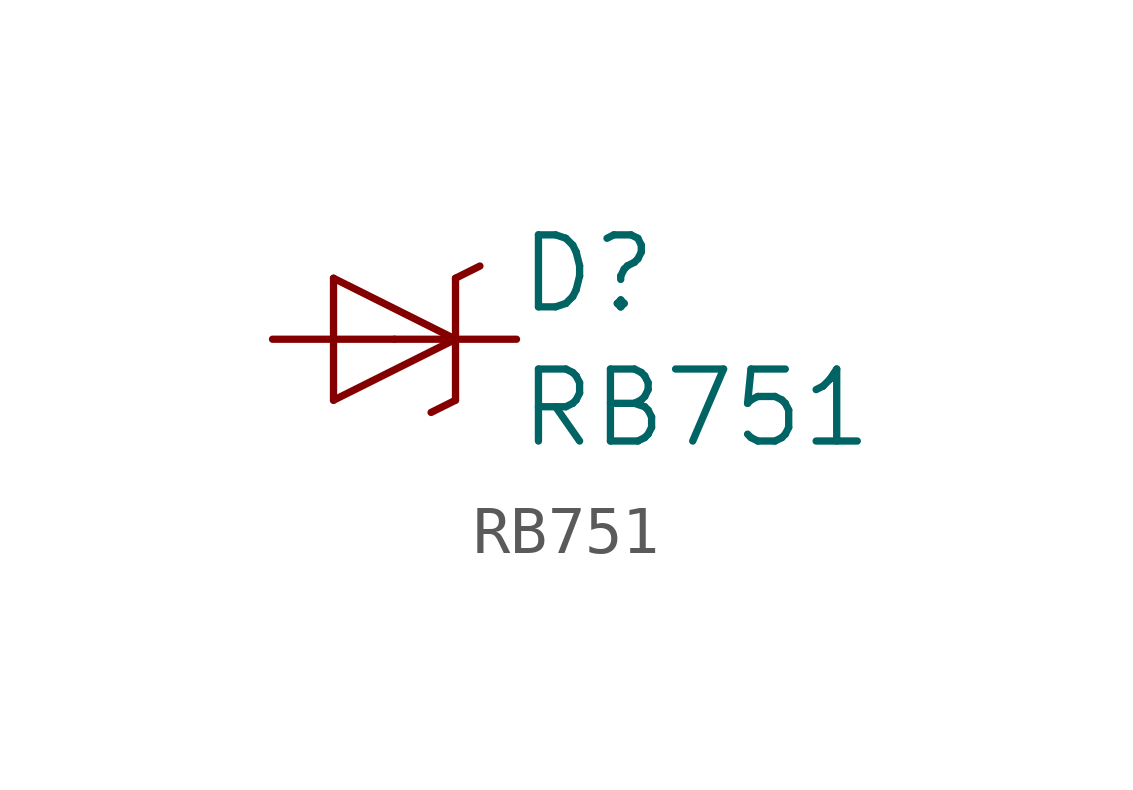
<source format=kicad_sym>
(kicad_symbol_lib
  (version 20211014)
  (generator kicad_symbol_editor)
  (symbol "RB751"
    (pin_names
      (offset 1.016))
    (property "Reference" "D"
      (at 2.54 0.483 0)
      (effects (font (size 1.499 1.499)) (justify left bottom)))
    (property "Value" "RB751"
      (at 2.54 -2.311 0)
      (effects (font (size 1.499 1.499)) (justify left bottom)))
    (property "ki_locked" ""
      (at 0 0 0)
      (effects (font (size 1.27 1.27))))
    (symbol "RB751_1_0"
      (polyline (pts (xy -1.27 -1.27) (xy 1.27 0)) (stroke (width 0) (type default) (color 0 0 0 0)) (fill (type none)))
      (polyline (pts (xy -1.27 1.27) (xy -1.27 -1.27)) (stroke (width 0) (type default) (color 0 0 0 0)) (fill (type none)))
      (polyline (pts (xy 1.27 -1.27) (xy 0.762 -1.524)) (stroke (width 0) (type default) (color 0 0 0 0)) (fill (type none)))
      (polyline (pts (xy 1.27 0) (xy -1.27 1.27)) (stroke (width 0) (type default) (color 0 0 0 0)) (fill (type none)))
      (polyline (pts (xy 1.27 0) (xy 1.27 -1.27)) (stroke (width 0) (type default) (color 0 0 0 0)) (fill (type none)))
      (polyline (pts (xy 1.27 1.27) (xy 1.27 0)) (stroke (width 0) (type default) (color 0 0 0 0)) (fill (type none)))
      (polyline (pts (xy 1.27 1.27) (xy 1.778 1.524)) (stroke (width 0) (type default) (color 0 0 0 0)) (fill (type none)))
      (pin passive line (at -2.54 0 0) (length 2.54) (name "A" (effects (font (size 0 0)))) (number "A" (effects (font (size 0 0)))))
      (pin passive line (at 2.54 0 180) (length 2.54) (name "C" (effects (font (size 0 0)))) (number "C" (effects (font (size 0 0))))))))
</source>
